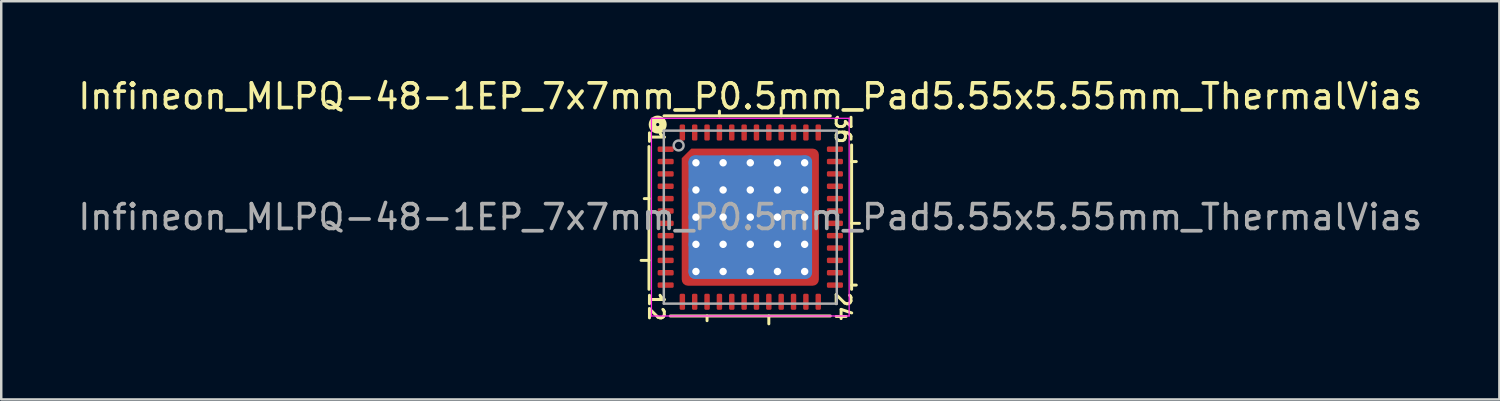
<source format=kicad_pcb>
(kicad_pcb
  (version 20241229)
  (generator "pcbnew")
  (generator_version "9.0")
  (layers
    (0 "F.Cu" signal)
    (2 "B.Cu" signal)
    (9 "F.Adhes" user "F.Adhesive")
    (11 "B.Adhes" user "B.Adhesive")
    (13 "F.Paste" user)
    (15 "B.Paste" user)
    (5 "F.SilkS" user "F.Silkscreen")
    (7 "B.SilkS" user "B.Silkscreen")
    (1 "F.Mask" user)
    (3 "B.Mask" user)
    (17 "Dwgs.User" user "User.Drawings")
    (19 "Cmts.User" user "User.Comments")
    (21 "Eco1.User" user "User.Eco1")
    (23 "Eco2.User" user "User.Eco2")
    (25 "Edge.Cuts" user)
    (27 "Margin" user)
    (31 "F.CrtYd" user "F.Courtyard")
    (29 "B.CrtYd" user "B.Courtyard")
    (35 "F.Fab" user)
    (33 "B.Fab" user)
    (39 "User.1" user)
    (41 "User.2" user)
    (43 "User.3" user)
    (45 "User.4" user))
  (footprint "Infineon_MLPQ-48-1EP_7x7mm_P0.5mm_Pad5.55x5.55mm_ThermalVias"
    (layer "F.Cu")
    (at 27.315 5.738)
    (property "Reference" "Infineon_MLPQ-48-1EP_7x7mm_P0.5mm_Pad5.55x5.55mm_ThermalVias" (at 0 -4.889 0) (layer "F.SilkS") (effects (font (size 1 1) (thickness 0.15))))
    (attr smd)
    (fp_line (start -4.418 1.75) (end -4.1 1.75) (stroke (width 0.12) (type solid)) (layer "F.SilkS"))
    (fp_line (start -4.29 -0.75) (end -4.1 -0.75) (stroke (width 0.12) (type solid)) (layer "F.SilkS"))
    (fp_line (start -4.1 -2.857) (end -4.1 2.921) (stroke (width 0.12) (type solid)) (layer "F.SilkS"))
    (fp_line (start -3.239 4) (end 3.239 4) (stroke (width 0.12) (type solid)) (layer "F.SilkS"))
    (fp_line (start -1.75 4.191) (end -1.75 4) (stroke (width 0.12) (type solid)) (layer "F.SilkS"))
    (fp_line (start -1.25 -4.29) (end -1.25 -4.1) (stroke (width 0.12) (type solid)) (layer "F.SilkS"))
    (fp_line (start 0.75 4.318) (end 0.75 4) (stroke (width 0.12) (type solid)) (layer "F.SilkS"))
    (fp_line (start 1.25 -4.418) (end 1.25 -4.1) (stroke (width 0.12) (type solid)) (layer "F.SilkS"))
    (fp_line (start 3.239 -4.1) (end -3.493 -4.1) (stroke (width 0.12) (type solid)) (layer "F.SilkS"))
    (fp_line (start 4.1 2.921) (end 4.1 -2.921) (stroke (width 0.12) (type solid)) (layer "F.SilkS"))
    (fp_line (start 4.29 -2.25) (end 4.1 -2.25) (stroke (width 0.12) (type solid)) (layer "F.SilkS"))
    (fp_line (start 4.29 2.75) (end 4.1 2.75) (stroke (width 0.12) (type solid)) (layer "F.SilkS"))
    (fp_line (start 4.418 0.25) (end 4.1 0.25) (stroke (width 0.12) (type solid)) (layer "F.SilkS"))
    (fp_circle (center -3.747 -3.747) (end -3.683 -3.747) (stroke (width 0.3) (type solid)) (fill no) (layer "F.SilkS"))
    (fp_line (start -4 -4) (end -4 4) (stroke (width 0.05) (type solid)) (layer "F.CrtYd"))
    (fp_line (start -4 4) (end 4 4) (stroke (width 0.05) (type solid)) (layer "F.CrtYd"))
    (fp_line (start 4 -4) (end -4 -4) (stroke (width 0.05) (type solid)) (layer "F.CrtYd"))
    (fp_line (start 4 4) (end 4 -4) (stroke (width 0.05) (type solid)) (layer "F.CrtYd"))
    (fp_line (start -3.5 3.5) (end -3.5 -3.5) (stroke (width 0.1) (type solid)) (layer "F.Fab"))
    (fp_line (start 3.5 -3.5) (end -3.5 -3.5) (stroke (width 0.1) (type solid)) (layer "F.Fab"))
    (fp_line (start 3.5 -3.5) (end 3.5 3.5) (stroke (width 0.1) (type solid)) (layer "F.Fab"))
    (fp_line (start 3.5 3.5) (end -3.5 3.5) (stroke (width 0.1) (type solid)) (layer "F.Fab"))
    (fp_circle (center -2.9 -2.9) (end -2.7 -2.9) (stroke (width 0.1) (type solid)) (fill no) (layer "F.Fab"))
    (fp_text user "12" (at -3.81 3.619 270) (unlocked yes) (layer "F.SilkS") (effects (font (size 0.6 0.6) (thickness 0.12))))
    (fp_text user "1" (at -3.81 -3.239 270) (unlocked yes) (layer "F.SilkS") (effects (font (size 0.6 0.6) (thickness 0.12))))
    (fp_text user "36" (at 3.747 -3.556 270) (unlocked yes) (layer "F.SilkS") (effects (font (size 0.6 0.6) (thickness 0.12))))
    (fp_text user "24" (at 3.747 3.619 270) (unlocked yes) (layer "F.SilkS") (effects (font (size 0.6 0.6) (thickness 0.12))))
    (fp_text user "${REFERENCE}" (at 0 0 0) (layer "F.Fab") (effects (font (size 1 1) (thickness 0.15))))
    (pad "" smd roundrect (at -2.175 -2.175) (size 1.1 1.1) (layers "F.Paste") (roundrect_rratio 0.232) (chamfer_ratio 0.35) (chamfer top_left))
    (pad "" smd roundrect (at -2.175 -0.725) (size 1.1 1.1) (layers "F.Paste") (roundrect_rratio 0.227))
    (pad "" smd roundrect (at -2.175 0.725) (size 1.1 1.1) (layers "F.Paste") (roundrect_rratio 0.227))
    (pad "" smd roundrect (at -2.175 2.175) (size 1.1 1.1) (layers "F.Paste") (roundrect_rratio 0.227))
    (pad "" smd roundrect (at -0.725 -2.175) (size 1.1 1.1) (layers "F.Paste") (roundrect_rratio 0.232))
    (pad "" smd roundrect (at -0.725 -0.725) (size 1.1 1.1) (layers "F.Paste") (roundrect_rratio 0.227))
    (pad "" smd roundrect (at -0.725 0.725) (size 1.1 1.1) (layers "F.Paste") (roundrect_rratio 0.227))
    (pad "" smd roundrect (at -0.725 2.175) (size 1.1 1.1) (layers "F.Paste") (roundrect_rratio 0.227))
    (pad "" smd roundrect (at 0.725 -2.175) (size 1.1 1.1) (layers "F.Paste") (roundrect_rratio 0.227))
    (pad "" smd roundrect (at 0.725 -0.725) (size 1.1 1.1) (layers "F.Paste") (roundrect_rratio 0.227))
    (pad "" smd roundrect (at 0.725 0.725) (size 1.1 1.1) (layers "F.Paste") (roundrect_rratio 0.227))
    (pad "" smd roundrect (at 0.725 2.175) (size 1.1 1.1) (layers "F.Paste") (roundrect_rratio 0.227))
    (pad "" smd roundrect (at 2.175 -2.175) (size 1.1 1.1) (layers "F.Paste") (roundrect_rratio 0.227))
    (pad "" smd roundrect (at 2.175 -0.725) (size 1.1 1.1) (layers "F.Paste") (roundrect_rratio 0.227))
    (pad "" smd roundrect (at 2.175 0.725) (size 1.1 1.1) (layers "F.Paste") (roundrect_rratio 0.227))
    (pad "" smd roundrect (at 2.175 2.175) (size 1.1 1.1) (layers "F.Paste") (roundrect_rratio 0.227))
    (pad "1" smd roundrect (at -3.425 -2.75) (size 0.65 0.22) (layers "F.Cu" "F.Mask" "F.Paste") (roundrect_rratio 0.25))
    (pad "2" smd roundrect (at -3.425 -2.25) (size 0.65 0.22) (layers "F.Cu" "F.Mask" "F.Paste") (roundrect_rratio 0.25))
    (pad "3" smd roundrect (at -3.425 -1.75) (size 0.65 0.22) (layers "F.Cu" "F.Mask" "F.Paste") (roundrect_rratio 0.25))
    (pad "4" smd roundrect (at -3.425 -1.25) (size 0.65 0.22) (layers "F.Cu" "F.Mask" "F.Paste") (roundrect_rratio 0.25))
    (pad "5" smd roundrect (at -3.425 -0.75) (size 0.65 0.22) (layers "F.Cu" "F.Mask" "F.Paste") (roundrect_rratio 0.25))
    (pad "6" smd roundrect (at -3.425 -0.25) (size 0.65 0.22) (layers "F.Cu" "F.Mask" "F.Paste") (roundrect_rratio 0.25))
    (pad "7" smd roundrect (at -3.425 0.25) (size 0.65 0.22) (layers "F.Cu" "F.Mask" "F.Paste") (roundrect_rratio 0.25))
    (pad "8" smd roundrect (at -3.425 0.75) (size 0.65 0.22) (layers "F.Cu" "F.Mask" "F.Paste") (roundrect_rratio 0.25))
    (pad "9" smd roundrect (at -3.425 1.25) (size 0.65 0.22) (layers "F.Cu" "F.Mask" "F.Paste") (roundrect_rratio 0.25))
    (pad "10" smd roundrect (at -3.425 1.75) (size 0.65 0.22) (layers "F.Cu" "F.Mask" "F.Paste") (roundrect_rratio 0.25))
    (pad "11" smd roundrect (at -3.425 2.25) (size 0.65 0.22) (layers "F.Cu" "F.Mask" "F.Paste") (roundrect_rratio 0.25))
    (pad "12" smd roundrect (at -3.425 2.75) (size 0.65 0.22) (layers "F.Cu" "F.Mask" "F.Paste") (roundrect_rratio 0.25))
    (pad "13" smd roundrect (at -2.75 3.425) (size 0.22 0.65) (layers "F.Cu" "F.Mask" "F.Paste") (roundrect_rratio 0.25))
    (pad "14" smd roundrect (at -2.25 3.425) (size 0.22 0.65) (layers "F.Cu" "F.Mask" "F.Paste") (roundrect_rratio 0.25))
    (pad "15" smd roundrect (at -1.75 3.425) (size 0.22 0.65) (layers "F.Cu" "F.Mask" "F.Paste") (roundrect_rratio 0.25))
    (pad "16" smd roundrect (at -1.25 3.425) (size 0.22 0.65) (layers "F.Cu" "F.Mask" "F.Paste") (roundrect_rratio 0.25))
    (pad "17" smd roundrect (at -0.75 3.425) (size 0.22 0.65) (layers "F.Cu" "F.Mask" "F.Paste") (roundrect_rratio 0.25))
    (pad "18" smd roundrect (at -0.25 3.425) (size 0.22 0.65) (layers "F.Cu" "F.Mask" "F.Paste") (roundrect_rratio 0.25))
    (pad "19" smd roundrect (at 0.25 3.425) (size 0.22 0.65) (layers "F.Cu" "F.Mask" "F.Paste") (roundrect_rratio 0.25))
    (pad "20" smd roundrect (at 0.75 3.425) (size 0.22 0.65) (layers "F.Cu" "F.Mask" "F.Paste") (roundrect_rratio 0.25))
    (pad "21" smd roundrect (at 1.25 3.425) (size 0.22 0.65) (layers "F.Cu" "F.Mask" "F.Paste") (roundrect_rratio 0.25))
    (pad "22" smd roundrect (at 1.75 3.425) (size 0.22 0.65) (layers "F.Cu" "F.Mask" "F.Paste") (roundrect_rratio 0.25))
    (pad "23" smd roundrect (at 2.25 3.425) (size 0.22 0.65) (layers "F.Cu" "F.Mask" "F.Paste") (roundrect_rratio 0.25))
    (pad "24" smd roundrect (at 2.75 3.425) (size 0.22 0.65) (layers "F.Cu" "F.Mask" "F.Paste") (roundrect_rratio 0.25))
    (pad "25" smd roundrect (at 3.425 2.75) (size 0.65 0.22) (layers "F.Cu" "F.Mask" "F.Paste") (roundrect_rratio 0.25))
    (pad "26" smd roundrect (at 3.425 2.25) (size 0.65 0.22) (layers "F.Cu" "F.Mask" "F.Paste") (roundrect_rratio 0.25))
    (pad "27" smd roundrect (at 3.425 1.75) (size 0.65 0.22) (layers "F.Cu" "F.Mask" "F.Paste") (roundrect_rratio 0.25))
    (pad "28" smd roundrect (at 3.425 1.25) (size 0.65 0.22) (layers "F.Cu" "F.Mask" "F.Paste") (roundrect_rratio 0.25))
    (pad "29" smd roundrect (at 3.425 0.75) (size 0.65 0.22) (layers "F.Cu" "F.Mask" "F.Paste") (roundrect_rratio 0.25))
    (pad "30" smd roundrect (at 3.425 0.25) (size 0.65 0.22) (layers "F.Cu" "F.Mask" "F.Paste") (roundrect_rratio 0.25))
    (pad "31" smd roundrect (at 3.425 -0.25) (size 0.65 0.22) (layers "F.Cu" "F.Mask" "F.Paste") (roundrect_rratio 0.25))
    (pad "32" smd roundrect (at 3.425 -0.75) (size 0.65 0.22) (layers "F.Cu" "F.Mask" "F.Paste") (roundrect_rratio 0.25))
    (pad "33" smd roundrect (at 3.425 -1.25) (size 0.65 0.22) (layers "F.Cu" "F.Mask" "F.Paste") (roundrect_rratio 0.25))
    (pad "34" smd roundrect (at 3.425 -1.75) (size 0.65 0.22) (layers "F.Cu" "F.Mask" "F.Paste") (roundrect_rratio 0.25))
    (pad "35" smd roundrect (at 3.425 -2.25) (size 0.65 0.22) (layers "F.Cu" "F.Mask" "F.Paste") (roundrect_rratio 0.25))
    (pad "36" smd roundrect (at 3.425 -2.75) (size 0.65 0.22) (layers "F.Cu" "F.Mask" "F.Paste") (roundrect_rratio 0.25))
    (pad "37" smd roundrect (at 2.75 -3.425) (size 0.22 0.65) (layers "F.Cu" "F.Mask" "F.Paste") (roundrect_rratio 0.25))
    (pad "38" smd roundrect (at 2.25 -3.425) (size 0.22 0.65) (layers "F.Cu" "F.Mask" "F.Paste") (roundrect_rratio 0.25))
    (pad "39" smd roundrect (at 1.75 -3.425) (size 0.22 0.65) (layers "F.Cu" "F.Mask" "F.Paste") (roundrect_rratio 0.25))
    (pad "40" smd roundrect (at 1.25 -3.425) (size 0.22 0.65) (layers "F.Cu" "F.Mask" "F.Paste") (roundrect_rratio 0.25))
    (pad "41" smd roundrect (at 0.75 -3.425) (size 0.22 0.65) (layers "F.Cu" "F.Mask" "F.Paste") (roundrect_rratio 0.25))
    (pad "42" smd roundrect (at 0.25 -3.425) (size 0.22 0.65) (layers "F.Cu" "F.Mask" "F.Paste") (roundrect_rratio 0.25))
    (pad "43" smd roundrect (at -0.25 -3.425) (size 0.22 0.65) (layers "F.Cu" "F.Mask" "F.Paste") (roundrect_rratio 0.25))
    (pad "44" smd roundrect (at -0.75 -3.425) (size 0.22 0.65) (layers "F.Cu" "F.Mask" "F.Paste") (roundrect_rratio 0.25))
    (pad "45" smd roundrect (at -1.25 -3.425) (size 0.22 0.65) (layers "F.Cu" "F.Mask" "F.Paste") (roundrect_rratio 0.25))
    (pad "46" smd roundrect (at -1.75 -3.425) (size 0.22 0.65) (layers "F.Cu" "F.Mask" "F.Paste") (roundrect_rratio 0.25))
    (pad "47" smd roundrect (at -2.25 -3.425) (size 0.22 0.65) (layers "F.Cu" "F.Mask" "F.Paste") (roundrect_rratio 0.25))
    (pad "48" smd roundrect (at -2.75 -3.425) (size 0.22 0.65) (layers "F.Cu" "F.Mask" "F.Paste") (roundrect_rratio 0.25))
    (pad "49" thru_hole circle (at -2.2 -2.2) (size 0.6 0.6) (drill 0.3) (property pad_prop_heatsink) (layers "*.Cu"))
    (pad "49" thru_hole circle (at -2.2 -1.1) (size 0.6 0.6) (drill 0.3) (property pad_prop_heatsink) (layers "*.Cu"))
    (pad "49" thru_hole circle (at -2.2 0) (size 0.6 0.6) (drill 0.3) (property pad_prop_heatsink) (layers "*.Cu"))
    (pad "49" thru_hole circle (at -2.2 1.1) (size 0.6 0.6) (drill 0.3) (property pad_prop_heatsink) (layers "*.Cu"))
    (pad "49" thru_hole circle (at -2.2 2.2) (size 0.6 0.6) (drill 0.3) (property pad_prop_heatsink) (layers "*.Cu"))
    (pad "49" thru_hole circle (at -1.1 -2.2) (size 0.6 0.6) (drill 0.3) (property pad_prop_heatsink) (layers "*.Cu"))
    (pad "49" thru_hole circle (at -1.1 -1.1) (size 0.6 0.6) (drill 0.3) (property pad_prop_heatsink) (layers "*.Cu"))
    (pad "49" thru_hole circle (at -1.1 0) (size 0.6 0.6) (drill 0.3) (property pad_prop_heatsink) (layers "*.Cu"))
    (pad "49" thru_hole circle (at -1.1 1.1) (size 0.6 0.6) (drill 0.3) (property pad_prop_heatsink) (layers "*.Cu"))
    (pad "49" thru_hole circle (at -1.1 2.2) (size 0.6 0.6) (drill 0.3) (property pad_prop_heatsink) (layers "*.Cu"))
    (pad "49" thru_hole circle (at 0 -2.2) (size 0.6 0.6) (drill 0.3) (property pad_prop_heatsink) (layers "*.Cu"))
    (pad "49" thru_hole circle (at 0 -1.1) (size 0.6 0.6) (drill 0.3) (property pad_prop_heatsink) (layers "*.Cu"))
    (pad "49" thru_hole circle (at 0 0) (size 0.6 0.6) (drill 0.3) (property pad_prop_heatsink) (layers "*.Cu"))
    (pad "49" smd roundrect (at 0 0) (size 5 5) (layers "B.Cu" "B.Mask") (roundrect_rratio 0.05))
    (pad "49" smd roundrect (at 0 0) (size 5.55 5.55) (layers "F.Cu" "F.Mask") (roundrect_rratio 0.045) (chamfer_ratio 0.07) (chamfer top_left))
    (pad "49" thru_hole circle (at 0 1.1) (size 0.6 0.6) (drill 0.3) (property pad_prop_heatsink) (layers "*.Cu"))
    (pad "49" thru_hole circle (at 0 2.2) (size 0.6 0.6) (drill 0.3) (property pad_prop_heatsink) (layers "*.Cu"))
    (pad "49" thru_hole circle (at 1.1 -2.2) (size 0.6 0.6) (drill 0.3) (property pad_prop_heatsink) (layers "*.Cu"))
    (pad "49" thru_hole circle (at 1.1 -1.1) (size 0.6 0.6) (drill 0.3) (property pad_prop_heatsink) (layers "*.Cu"))
    (pad "49" thru_hole circle (at 1.1 0) (size 0.6 0.6) (drill 0.3) (property pad_prop_heatsink) (layers "*.Cu"))
    (pad "49" thru_hole circle (at 1.1 1.1) (size 0.6 0.6) (drill 0.3) (property pad_prop_heatsink) (layers "*.Cu"))
    (pad "49" thru_hole circle (at 1.1 2.2) (size 0.6 0.6) (drill 0.3) (property pad_prop_heatsink) (layers "*.Cu"))
    (pad "49" thru_hole circle (at 2.2 -2.2) (size 0.6 0.6) (drill 0.3) (property pad_prop_heatsink) (layers "*.Cu"))
    (pad "49" thru_hole circle (at 2.2 -1.1) (size 0.6 0.6) (drill 0.3) (property pad_prop_heatsink) (layers "*.Cu"))
    (pad "49" thru_hole circle (at 2.2 0) (size 0.6 0.6) (drill 0.3) (property pad_prop_heatsink) (layers "*.Cu"))
    (pad "49" thru_hole circle (at 2.2 1.1) (size 0.6 0.6) (drill 0.3) (property pad_prop_heatsink) (layers "*.Cu"))
    (pad "49" thru_hole circle (at 2.2 2.2) (size 0.6 0.6) (drill 0.3) (property pad_prop_heatsink) (layers "*.Cu")))
  (gr_rect
    (start -3 -3)
    (end 57.631 13.116)
    (stroke (width 0.1) (type default))
    (fill no)
    (layer "Edge.Cuts")))
</source>
